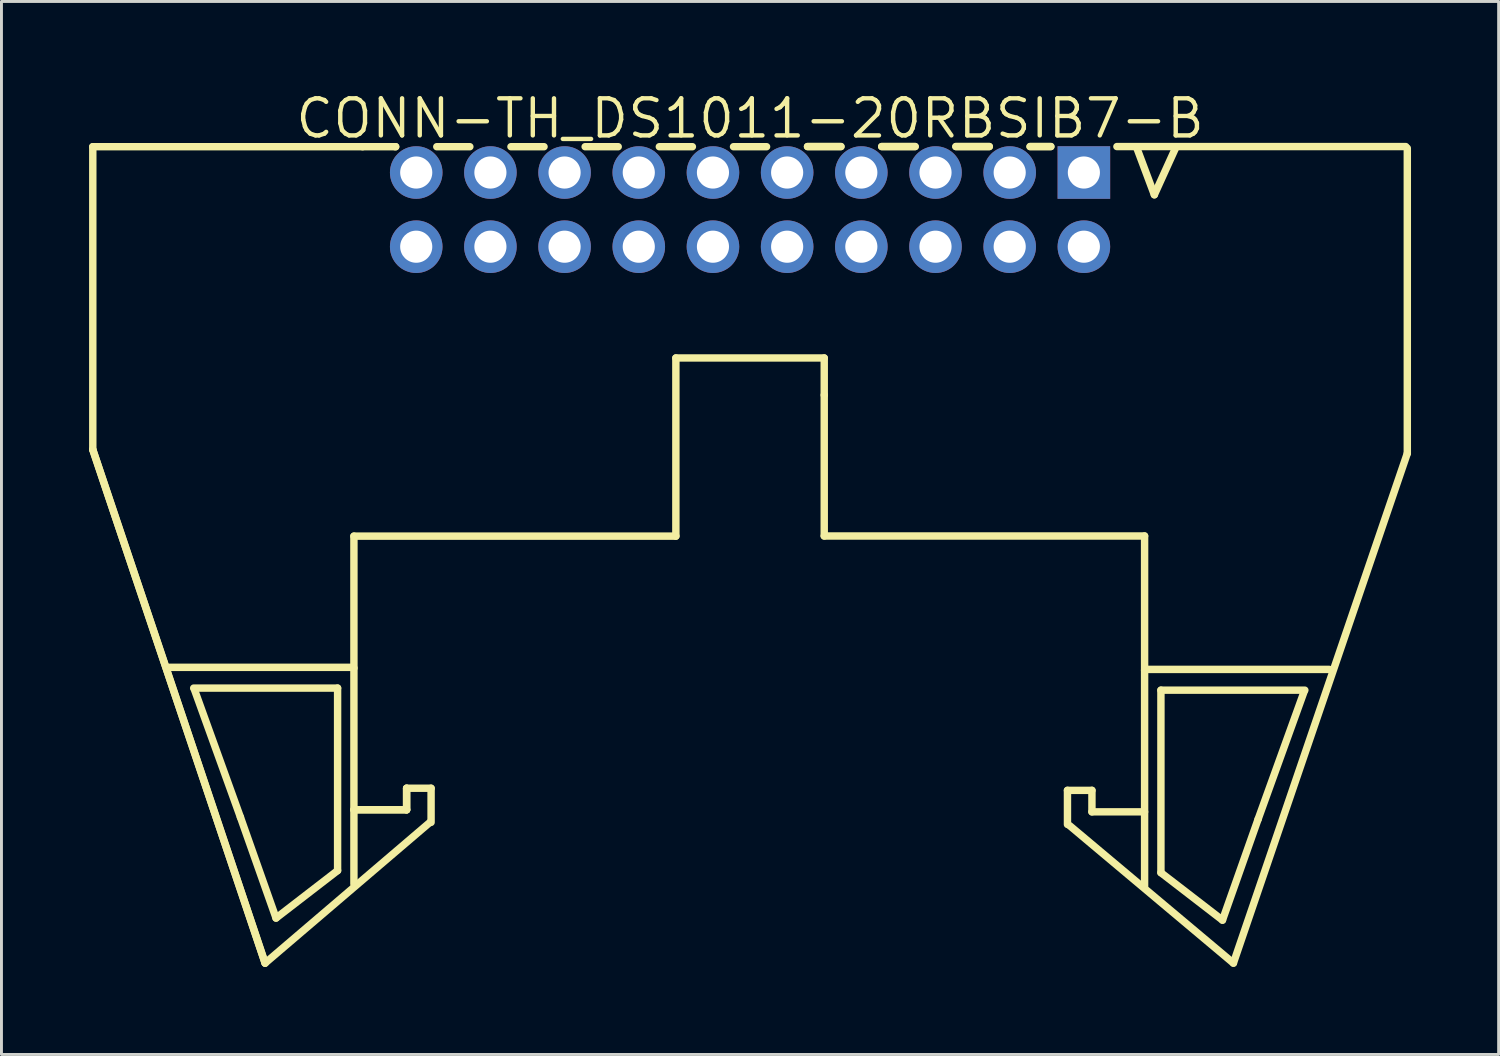
<source format=kicad_pcb>
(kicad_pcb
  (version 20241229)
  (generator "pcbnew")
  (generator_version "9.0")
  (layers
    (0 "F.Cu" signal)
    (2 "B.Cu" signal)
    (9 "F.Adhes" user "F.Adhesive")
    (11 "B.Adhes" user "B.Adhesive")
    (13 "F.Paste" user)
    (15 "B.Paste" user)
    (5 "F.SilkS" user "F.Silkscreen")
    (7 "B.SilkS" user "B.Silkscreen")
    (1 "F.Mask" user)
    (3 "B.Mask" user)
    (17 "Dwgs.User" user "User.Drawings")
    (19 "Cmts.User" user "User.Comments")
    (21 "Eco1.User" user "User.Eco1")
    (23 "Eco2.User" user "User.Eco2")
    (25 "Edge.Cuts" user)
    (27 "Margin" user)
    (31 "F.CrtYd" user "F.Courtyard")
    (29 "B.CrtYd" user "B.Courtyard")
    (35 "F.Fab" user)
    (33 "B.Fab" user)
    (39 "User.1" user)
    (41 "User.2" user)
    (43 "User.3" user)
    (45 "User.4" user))
  (footprint "CONN-TH_DS1011-20RBSIB7-B"
    (layer "F.Cu")
    (at 22.631 4.127)
    (property "Reference" "CONN-TH_DS1011-20RBSIB7-B" (at 0.00015 -3.121 0) (layer "F.SilkS") (effects (font (size 1.27 1.27) (thickness 0.15))))
    (fp_line (start -22.504 -2.154) (end -22.504 8.219) (stroke (width 0.254) (type default)) (layer "F.SilkS"))
    (fp_line (start -22.504 8.219) (end -16.604 25.8) (stroke (width 0.254) (type default)) (layer "F.SilkS"))
    (fp_line (start -22.504 8.219) (end -16.604 25.8) (stroke (width 0.254) (type default)) (layer "F.SilkS"))
    (fp_line (start -19.887 15.672) (end -13.588 15.672) (stroke (width 0.254) (type default)) (layer "F.SilkS"))
    (fp_line (start -19.049 16.383) (end -14.122 16.383) (stroke (width 0.254) (type default)) (layer "F.SilkS"))
    (fp_line (start -17.449 20.803) (end -19.024 16.434) (stroke (width 0.254) (type default)) (layer "F.SilkS"))
    (fp_line (start -16.604 25.8) (end -10.947 20.969) (stroke (width 0.254) (type default)) (layer "F.SilkS"))
    (fp_line (start -16.23 24.257) (end -17.449 20.803) (stroke (width 0.254) (type default)) (layer "F.SilkS"))
    (fp_line (start -14.122 16.383) (end -14.122 22.631) (stroke (width 0.254) (type default)) (layer "F.SilkS"))
    (fp_line (start -14.122 22.631) (end -16.23 24.257) (stroke (width 0.254) (type default)) (layer "F.SilkS"))
    (fp_line (start -13.588 15.672) (end -13.563 15.697) (stroke (width 0.254) (type default)) (layer "F.SilkS"))
    (fp_line (start -13.563 11.18) (end -13.563 23.089) (stroke (width 0.254) (type default)) (layer "F.SilkS"))
    (fp_line (start -13.563 11.18) (end -2.54 11.18) (stroke (width 0.254) (type default)) (layer "F.SilkS"))
    (fp_line (start -13.266 -2.154) (end -22.504 -2.154) (stroke (width 0.254) (type default)) (layer "F.SilkS"))
    (fp_line (start -13.266 -2.154) (end -12.134 -2.154) (stroke (width 0.254) (type default)) (layer "F.SilkS"))
    (fp_line (start -12.152 -2.154) (end -12.134 -2.154) (stroke (width 0.254) (type default)) (layer "F.SilkS"))
    (fp_line (start -11.759 19.812) (end -11.759 20.549) (stroke (width 0.254) (type default)) (layer "F.SilkS"))
    (fp_line (start -11.759 19.812) (end -11.759 20.549) (stroke (width 0.254) (type default)) (layer "F.SilkS"))
    (fp_line (start -11.759 20.549) (end -13.563 20.549) (stroke (width 0.254) (type default)) (layer "F.SilkS"))
    (fp_line (start -11.759 20.549) (end -13.563 20.549) (stroke (width 0.254) (type default)) (layer "F.SilkS"))
    (fp_line (start -10.921 19.812) (end -11.759 19.812) (stroke (width 0.254) (type default)) (layer "F.SilkS"))
    (fp_line (start -10.921 20.98) (end -10.921 19.812) (stroke (width 0.254) (type default)) (layer "F.SilkS"))
    (fp_line (start -10.726 -2.154) (end -9.594 -2.154) (stroke (width 0.254) (type default)) (layer "F.SilkS"))
    (fp_line (start -8.186 -2.154) (end -7.054 -2.154) (stroke (width 0.254) (type default)) (layer "F.SilkS"))
    (fp_line (start -5.646 -2.154) (end -4.514 -2.154) (stroke (width 0.254) (type default)) (layer "F.SilkS"))
    (fp_line (start -3.106 -2.154) (end -1.974 -2.154) (stroke (width 0.254) (type default)) (layer "F.SilkS"))
    (fp_line (start -2.54 5.08) (end 2.54 5.08) (stroke (width 0.254) (type default)) (layer "F.SilkS"))
    (fp_line (start -2.54 11.181) (end -2.54 5.08) (stroke (width 0.254) (type default)) (layer "F.SilkS"))
    (fp_line (start -0.566 -2.154) (end 0.566 -2.154) (stroke (width 0.254) (type default)) (layer "F.SilkS"))
    (fp_line (start 1.968 -2.159) (end 3.112 -2.159) (stroke (width 0.254) (type default)) (layer "F.SilkS"))
    (fp_line (start 1.968 -2.159) (end 3.112 -2.159) (stroke (width 0.254) (type default)) (layer "F.SilkS"))
    (fp_line (start 2.54 5.08) (end 2.54 6.35) (stroke (width 0.254) (type default)) (layer "F.SilkS"))
    (fp_line (start 2.54 11.175) (end 2.54 6.35) (stroke (width 0.254) (type default)) (layer "F.SilkS"))
    (fp_line (start 4.508 -2.159) (end 5.652 -2.159) (stroke (width 0.254) (type default)) (layer "F.SilkS"))
    (fp_line (start 4.508 -2.159) (end 5.652 -2.159) (stroke (width 0.254) (type default)) (layer "F.SilkS"))
    (fp_line (start 7.048 -2.159) (end 8.192 -2.159) (stroke (width 0.254) (type default)) (layer "F.SilkS"))
    (fp_line (start 7.048 -2.159) (end 8.192 -2.159) (stroke (width 0.254) (type default)) (layer "F.SilkS"))
    (fp_line (start 9.588 -2.159) (end 10.299 -2.159) (stroke (width 0.254) (type default)) (layer "F.SilkS"))
    (fp_line (start 9.588 -2.159) (end 10.299 -2.159) (stroke (width 0.254) (type default)) (layer "F.SilkS"))
    (fp_line (start 10.868 19.884) (end 11.706 19.884) (stroke (width 0.254) (type default)) (layer "F.SilkS"))
    (fp_line (start 10.868 21.052) (end 10.868 19.884) (stroke (width 0.254) (type default)) (layer "F.SilkS"))
    (fp_line (start 11.706 19.884) (end 11.706 20.62) (stroke (width 0.254) (type default)) (layer "F.SilkS"))
    (fp_line (start 11.706 20.62) (end 13.509 20.62) (stroke (width 0.254) (type default)) (layer "F.SilkS"))
    (fp_line (start 12.561 -2.159) (end 22.45 -2.159) (stroke (width 0.254) (type default)) (layer "F.SilkS"))
    (fp_line (start 13.509 11.175) (end 2.54 11.175) (stroke (width 0.254) (type default)) (layer "F.SilkS"))
    (fp_line (start 13.509 11.175) (end 13.509 23.16) (stroke (width 0.254) (type default)) (layer "F.SilkS"))
    (fp_line (start 13.535 15.743) (end 13.509 15.769) (stroke (width 0.254) (type default)) (layer "F.SilkS"))
    (fp_line (start 13.843 -0.508) (end 13.245 -2.104) (stroke (width 0.254) (type default)) (layer "F.SilkS"))
    (fp_line (start 14.068 16.454) (end 14.068 22.703) (stroke (width 0.254) (type default)) (layer "F.SilkS"))
    (fp_line (start 14.068 22.703) (end 16.176 24.328) (stroke (width 0.254) (type default)) (layer "F.SilkS"))
    (fp_line (start 14.566 -2.101) (end 13.843 -0.508) (stroke (width 0.254) (type default)) (layer "F.SilkS"))
    (fp_line (start 16.176 24.328) (end 17.395 20.874) (stroke (width 0.254) (type default)) (layer "F.SilkS"))
    (fp_line (start 16.55 25.8) (end 10.947 21.096) (stroke (width 0.254) (type default)) (layer "F.SilkS"))
    (fp_line (start 17.395 20.874) (end 18.97 16.505) (stroke (width 0.254) (type default)) (layer "F.SilkS"))
    (fp_line (start 18.996 16.454) (end 14.068 16.454) (stroke (width 0.254) (type default)) (layer "F.SilkS"))
    (fp_line (start 19.834 15.743) (end 13.535 15.743) (stroke (width 0.254) (type default)) (layer "F.SilkS"))
    (fp_line (start 22.504 -2.103) (end 22.504 8.346) (stroke (width 0.254) (type default)) (layer "F.SilkS"))
    (fp_line (start 22.504 8.346) (end 16.55 25.8) (stroke (width 0.254) (type default)) (layer "F.SilkS"))
    (pad "1" thru_hole rect (at 11.43 -1.27) (size 1.8 1.8) (drill 1.1) (layers "*.Cu" "*.Mask"))
    (pad "2" thru_hole oval (at 11.43 1.27) (size 1.8 1.8) (drill 1.1) (layers "*.Cu" "*.Mask"))
    (pad "3" thru_hole oval (at 8.89 -1.27) (size 1.8 1.8) (drill 1.1) (layers "*.Cu" "*.Mask"))
    (pad "4" thru_hole oval (at 8.89 1.27) (size 1.8 1.8) (drill 1.1) (layers "*.Cu" "*.Mask"))
    (pad "5" thru_hole oval (at 6.35 -1.27) (size 1.8 1.8) (drill 1.1) (layers "*.Cu" "*.Mask"))
    (pad "6" thru_hole oval (at 6.35 1.27) (size 1.8 1.8) (drill 1.1) (layers "*.Cu" "*.Mask"))
    (pad "7" thru_hole oval (at 3.81 -1.27) (size 1.8 1.8) (drill 1.1) (layers "*.Cu" "*.Mask"))
    (pad "8" thru_hole oval (at 3.81 1.27) (size 1.8 1.8) (drill 1.1) (layers "*.Cu" "*.Mask"))
    (pad "9" thru_hole oval (at 1.27 -1.27) (size 1.8 1.8) (drill 1.1) (layers "*.Cu" "*.Mask"))
    (pad "10" thru_hole oval (at 1.27 1.27) (size 1.8 1.8) (drill 1.1) (layers "*.Cu" "*.Mask"))
    (pad "11" thru_hole oval (at -1.27 -1.27 180) (size 1.8 1.8) (drill 1.1) (layers "*.Cu" "*.Mask"))
    (pad "12" thru_hole oval (at -1.27 1.27 180) (size 1.8 1.8) (drill 1.1) (layers "*.Cu" "*.Mask"))
    (pad "13" thru_hole oval (at -3.81 -1.27 180) (size 1.8 1.8) (drill 1.1) (layers "*.Cu" "*.Mask"))
    (pad "14" thru_hole oval (at -3.81 1.27 180) (size 1.8 1.8) (drill 1.1) (layers "*.Cu" "*.Mask"))
    (pad "15" thru_hole oval (at -6.35 -1.27 180) (size 1.8 1.8) (drill 1.1) (layers "*.Cu" "*.Mask"))
    (pad "16" thru_hole oval (at -6.35 1.27 180) (size 1.8 1.8) (drill 1.1) (layers "*.Cu" "*.Mask"))
    (pad "17" thru_hole oval (at -8.89 -1.27 180) (size 1.8 1.8) (drill 1.1) (layers "*.Cu" "*.Mask"))
    (pad "18" thru_hole oval (at -8.89 1.27 180) (size 1.8 1.8) (drill 1.1) (layers "*.Cu" "*.Mask"))
    (pad "19" thru_hole oval (at -11.43 -1.27 180) (size 1.8 1.8) (drill 1.1) (layers "*.Cu" "*.Mask"))
    (pad "20" thru_hole oval (at -11.43 1.27 180) (size 1.8 1.8) (drill 1.1) (layers "*.Cu" "*.Mask")))
  (gr_rect
    (start -3 -3)
    (end 48.262 33.054)
    (stroke (width 0.1) (type default))
    (fill no)
    (layer "Edge.Cuts")))
</source>
